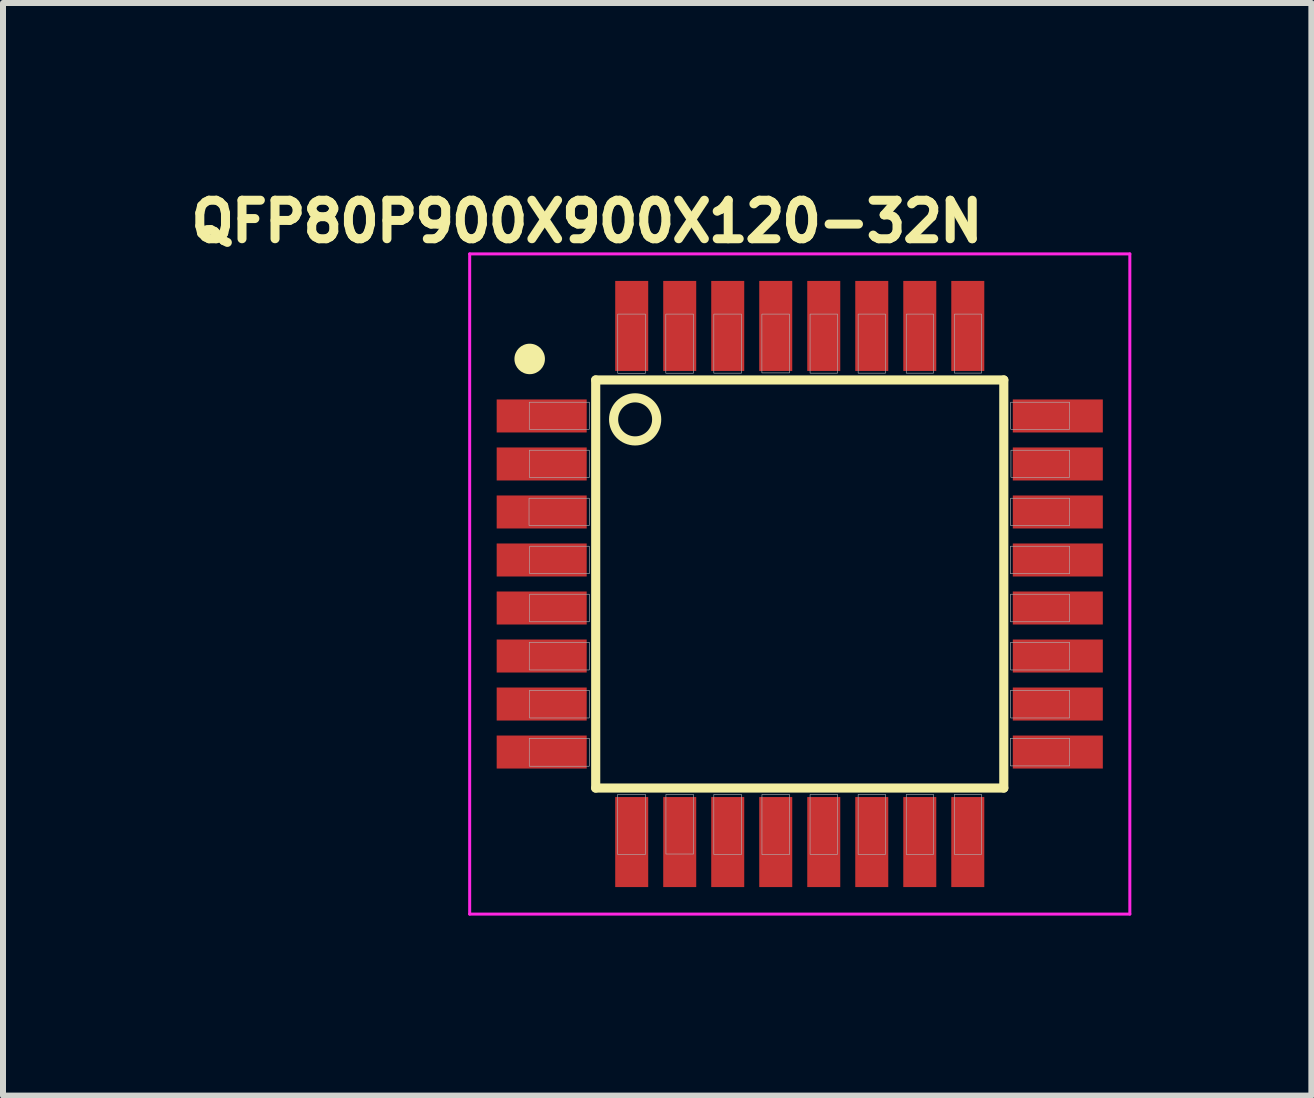
<source format=kicad_pcb>
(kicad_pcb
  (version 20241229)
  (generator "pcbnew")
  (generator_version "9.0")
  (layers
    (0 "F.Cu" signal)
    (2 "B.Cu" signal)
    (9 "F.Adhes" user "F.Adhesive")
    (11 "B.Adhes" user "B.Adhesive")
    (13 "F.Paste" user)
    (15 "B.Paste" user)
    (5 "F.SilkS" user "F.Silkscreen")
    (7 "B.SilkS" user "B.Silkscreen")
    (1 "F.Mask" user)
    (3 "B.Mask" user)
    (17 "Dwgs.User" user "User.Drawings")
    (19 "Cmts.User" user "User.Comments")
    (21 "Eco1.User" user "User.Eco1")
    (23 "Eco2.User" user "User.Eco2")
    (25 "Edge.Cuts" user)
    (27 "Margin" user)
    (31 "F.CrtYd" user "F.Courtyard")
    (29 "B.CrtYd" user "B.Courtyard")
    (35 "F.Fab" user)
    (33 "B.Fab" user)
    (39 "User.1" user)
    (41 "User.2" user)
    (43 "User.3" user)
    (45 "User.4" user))
  (footprint "QFP80P900X900X120-32N"
    (layer "F.Cu")
    (at 10.276 6.681)
    (property "Reference" "QFP80P900X900X120-32N" (at -3.546 -6.042 0) (layer "F.SilkS") (effects (font (size 0.642 0.642) (thickness 0.15))))
    (attr smd)
    (fp_line (start -3.4 -3.4) (end 3.4 -3.4) (stroke (width 0.152) (type solid)) (layer "F.SilkS"))
    (fp_line (start -3.4 3.4) (end -3.4 -3.4) (stroke (width 0.152) (type solid)) (layer "F.SilkS"))
    (fp_line (start 3.4 -3.4) (end 3.4 3.4) (stroke (width 0.152) (type solid)) (layer "F.SilkS"))
    (fp_line (start 3.4 3.4) (end -3.4 3.4) (stroke (width 0.152) (type solid)) (layer "F.SilkS"))
    (fp_circle (center -4.5 -3.75) (end -4.246 -3.75) (stroke (width 0) (type solid)) (fill yes) (layer "F.SilkS"))
    (fp_circle (center -2.743 -2.743) (end -2.384 -2.743) (stroke (width 0.152) (type solid)) (fill no) (layer "F.SilkS"))
    (fp_line (start -5.5 -5.5) (end -5.5 5.5) (stroke (width 0.05) (type solid)) (layer "F.CrtYd"))
    (fp_line (start -5.5 5.5) (end 5.5 5.5) (stroke (width 0.05) (type solid)) (layer "F.CrtYd"))
    (fp_line (start 5.5 -5.5) (end -5.5 -5.5) (stroke (width 0.05) (type solid)) (layer "F.CrtYd"))
    (fp_line (start 5.5 5.5) (end 5.5 -5.5) (stroke (width 0.05) (type solid)) (layer "F.CrtYd"))
    (fp_poly (pts (xy -4.511 -1.429) (xy -3.506 -1.429) (xy -3.506 -0.975) (xy -4.511 -0.975)) (stroke (width 0.01) (type solid)) (fill no) (layer "F.Fab"))
    (fp_poly (pts (xy -4.507 2.571) (xy -3.506 2.571) (xy -3.506 3.036) (xy -4.507 3.036)) (stroke (width 0.01) (type solid)) (fill no) (layer "F.Fab"))
    (fp_poly (pts (xy -4.507 -3.029) (xy -3.506 -3.029) (xy -3.506 -2.577) (xy -4.507 -2.577)) (stroke (width 0.01) (type solid)) (fill no) (layer "F.Fab"))
    (fp_poly (pts (xy -4.507 0.971) (xy -3.506 0.971) (xy -3.506 1.432) (xy -4.507 1.432)) (stroke (width 0.01) (type solid)) (fill no) (layer "F.Fab"))
    (fp_poly (pts (xy -4.505 -2.229) (xy -3.506 -2.229) (xy -3.506 -1.775) (xy -4.505 -1.775)) (stroke (width 0.01) (type solid)) (fill no) (layer "F.Fab"))
    (fp_poly (pts (xy -4.503 0.171) (xy -3.506 0.171) (xy -3.506 0.629) (xy -4.503 0.629)) (stroke (width 0.01) (type solid)) (fill no) (layer "F.Fab"))
    (fp_poly (pts (xy -4.503 1.771) (xy -3.506 1.771) (xy -3.506 2.232) (xy -4.503 2.232)) (stroke (width 0.01) (type solid)) (fill no) (layer "F.Fab"))
    (fp_poly (pts (xy -4.5 -0.629) (xy -3.506 -0.629) (xy -3.506 -0.172) (xy -4.5 -0.172)) (stroke (width 0.01) (type solid)) (fill no) (layer "F.Fab"))
    (fp_poly (pts (xy -3.035 3.506) (xy -2.571 3.506) (xy -2.571 4.506) (xy -3.035 4.506)) (stroke (width 0.01) (type solid)) (fill no) (layer "F.Fab"))
    (fp_poly (pts (xy -3.033 -4.497) (xy -2.571 -4.497) (xy -2.571 -3.511) (xy -3.033 -3.511)) (stroke (width 0.01) (type solid)) (fill no) (layer "F.Fab"))
    (fp_poly (pts (xy -2.232 -4.497) (xy -1.771 -4.497) (xy -1.771 -3.512) (xy -2.232 -3.512)) (stroke (width 0.01) (type solid)) (fill no) (layer "F.Fab"))
    (fp_poly (pts (xy -2.23 3.506) (xy -1.771 3.506) (xy -1.771 4.5) (xy -2.23 4.5)) (stroke (width 0.01) (type solid)) (fill no) (layer "F.Fab"))
    (fp_poly (pts (xy -1.432 3.506) (xy -0.971 3.506) (xy -0.971 4.507) (xy -1.432 4.507)) (stroke (width 0.01) (type solid)) (fill no) (layer "F.Fab"))
    (fp_poly (pts (xy -1.432 -4.497) (xy -0.971 -4.497) (xy -0.971 -3.513) (xy -1.432 -3.513)) (stroke (width 0.01) (type solid)) (fill no) (layer "F.Fab"))
    (fp_poly (pts (xy -0.631 -4.497) (xy -0.171 -4.497) (xy -0.171 -3.517) (xy -0.631 -3.517)) (stroke (width 0.01) (type solid)) (fill no) (layer "F.Fab"))
    (fp_poly (pts (xy -0.63 3.506) (xy -0.171 3.506) (xy -0.171 4.509) (xy -0.63 4.509)) (stroke (width 0.01) (type solid)) (fill no) (layer "F.Fab"))
    (fp_poly (pts (xy 0.172 3.506) (xy 0.629 3.506) (xy 0.629 4.505) (xy 0.172 4.505)) (stroke (width 0.01) (type solid)) (fill no) (layer "F.Fab"))
    (fp_poly (pts (xy 0.172 -4.497) (xy 0.629 -4.497) (xy 0.629 -3.513) (xy 0.172 -3.513)) (stroke (width 0.01) (type solid)) (fill no) (layer "F.Fab"))
    (fp_poly (pts (xy 0.973 3.506) (xy 1.429 3.506) (xy 1.429 4.505) (xy 0.973 4.505)) (stroke (width 0.01) (type solid)) (fill no) (layer "F.Fab"))
    (fp_poly (pts (xy 0.973 -4.497) (xy 1.429 -4.497) (xy 1.429 -3.513) (xy 0.973 -3.513)) (stroke (width 0.01) (type solid)) (fill no) (layer "F.Fab"))
    (fp_poly (pts (xy 1.775 3.506) (xy 2.229 3.506) (xy 2.229 4.506) (xy 1.775 4.506)) (stroke (width 0.01) (type solid)) (fill no) (layer "F.Fab"))
    (fp_poly (pts (xy 1.775 -4.497) (xy 2.229 -4.497) (xy 2.229 -3.513) (xy 1.775 -3.513)) (stroke (width 0.01) (type solid)) (fill no) (layer "F.Fab"))
    (fp_poly (pts (xy 2.576 3.506) (xy 3.029 3.506) (xy 3.029 4.505) (xy 2.576 4.505)) (stroke (width 0.01) (type solid)) (fill no) (layer "F.Fab"))
    (fp_poly (pts (xy 2.577 -4.497) (xy 3.029 -4.497) (xy 3.029 -3.514) (xy 2.577 -3.514)) (stroke (width 0.01) (type solid)) (fill no) (layer "F.Fab"))
    (fp_poly (pts (xy 3.509 2.571) (xy 4.497 2.571) (xy 4.497 3.031) (xy 3.509 3.031)) (stroke (width 0.01) (type solid)) (fill no) (layer "F.Fab"))
    (fp_poly (pts (xy 3.51 -0.629) (xy 4.497 -0.629) (xy 4.497 -0.172) (xy 3.51 -0.172)) (stroke (width 0.01) (type solid)) (fill no) (layer "F.Fab"))
    (fp_poly (pts (xy 3.511 0.171) (xy 4.497 0.171) (xy 4.497 0.629) (xy 3.511 0.629)) (stroke (width 0.01) (type solid)) (fill no) (layer "F.Fab"))
    (fp_poly (pts (xy 3.512 1.771) (xy 4.497 1.771) (xy 4.497 2.232) (xy 3.512 2.232)) (stroke (width 0.01) (type solid)) (fill no) (layer "F.Fab"))
    (fp_poly (pts (xy 3.513 -1.429) (xy 4.497 -1.429) (xy 4.497 -0.973) (xy 3.513 -0.973)) (stroke (width 0.01) (type solid)) (fill no) (layer "F.Fab"))
    (fp_poly (pts (xy 3.513 0.971) (xy 4.497 0.971) (xy 4.497 1.432) (xy 3.513 1.432)) (stroke (width 0.01) (type solid)) (fill no) (layer "F.Fab"))
    (fp_poly (pts (xy 3.514 -3.029) (xy 4.497 -3.029) (xy 4.497 -2.578) (xy 3.514 -2.578)) (stroke (width 0.01) (type solid)) (fill no) (layer "F.Fab"))
    (fp_poly (pts (xy 3.519 -2.229) (xy 4.497 -2.229) (xy 4.497 -1.778) (xy 3.519 -1.778)) (stroke (width 0.01) (type solid)) (fill no) (layer "F.Fab"))
    (pad "1" smd rect (at -4.3 -2.8) (size 1.5 0.55) (layers "F.Cu" "F.Mask" "F.Paste"))
    (pad "2" smd rect (at -4.3 -2) (size 1.5 0.55) (layers "F.Cu" "F.Mask" "F.Paste"))
    (pad "3" smd rect (at -4.3 -1.2) (size 1.5 0.55) (layers "F.Cu" "F.Mask" "F.Paste"))
    (pad "4" smd rect (at -4.3 -0.4) (size 1.5 0.55) (layers "F.Cu" "F.Mask" "F.Paste"))
    (pad "5" smd rect (at -4.3 0.4) (size 1.5 0.55) (layers "F.Cu" "F.Mask" "F.Paste"))
    (pad "6" smd rect (at -4.3 1.2) (size 1.5 0.55) (layers "F.Cu" "F.Mask" "F.Paste"))
    (pad "7" smd rect (at -4.3 2) (size 1.5 0.55) (layers "F.Cu" "F.Mask" "F.Paste"))
    (pad "8" smd rect (at -4.3 2.8) (size 1.5 0.55) (layers "F.Cu" "F.Mask" "F.Paste"))
    (pad "9" smd rect (at -2.8 4.3) (size 0.55 1.5) (layers "F.Cu" "F.Mask" "F.Paste"))
    (pad "10" smd rect (at -2 4.3) (size 0.55 1.5) (layers "F.Cu" "F.Mask" "F.Paste"))
    (pad "11" smd rect (at -1.2 4.3) (size 0.55 1.5) (layers "F.Cu" "F.Mask" "F.Paste"))
    (pad "12" smd rect (at -0.4 4.3) (size 0.55 1.5) (layers "F.Cu" "F.Mask" "F.Paste"))
    (pad "13" smd rect (at 0.4 4.3) (size 0.55 1.5) (layers "F.Cu" "F.Mask" "F.Paste"))
    (pad "14" smd rect (at 1.2 4.3) (size 0.55 1.5) (layers "F.Cu" "F.Mask" "F.Paste"))
    (pad "15" smd rect (at 2 4.3) (size 0.55 1.5) (layers "F.Cu" "F.Mask" "F.Paste"))
    (pad "16" smd rect (at 2.8 4.3) (size 0.55 1.5) (layers "F.Cu" "F.Mask" "F.Paste"))
    (pad "17" smd rect (at 4.3 2.8) (size 1.5 0.55) (layers "F.Cu" "F.Mask" "F.Paste"))
    (pad "18" smd rect (at 4.3 2) (size 1.5 0.55) (layers "F.Cu" "F.Mask" "F.Paste"))
    (pad "19" smd rect (at 4.3 1.2) (size 1.5 0.55) (layers "F.Cu" "F.Mask" "F.Paste"))
    (pad "20" smd rect (at 4.3 0.4) (size 1.5 0.55) (layers "F.Cu" "F.Mask" "F.Paste"))
    (pad "21" smd rect (at 4.3 -0.4) (size 1.5 0.55) (layers "F.Cu" "F.Mask" "F.Paste"))
    (pad "22" smd rect (at 4.3 -1.2) (size 1.5 0.55) (layers "F.Cu" "F.Mask" "F.Paste"))
    (pad "23" smd rect (at 4.3 -2) (size 1.5 0.55) (layers "F.Cu" "F.Mask" "F.Paste"))
    (pad "24" smd rect (at 4.3 -2.8) (size 1.5 0.55) (layers "F.Cu" "F.Mask" "F.Paste"))
    (pad "25" smd rect (at 2.8 -4.3) (size 0.55 1.5) (layers "F.Cu" "F.Mask" "F.Paste"))
    (pad "26" smd rect (at 2 -4.3) (size 0.55 1.5) (layers "F.Cu" "F.Mask" "F.Paste"))
    (pad "27" smd rect (at 1.2 -4.3) (size 0.55 1.5) (layers "F.Cu" "F.Mask" "F.Paste"))
    (pad "28" smd rect (at 0.4 -4.3) (size 0.55 1.5) (layers "F.Cu" "F.Mask" "F.Paste"))
    (pad "29" smd rect (at -0.4 -4.3) (size 0.55 1.5) (layers "F.Cu" "F.Mask" "F.Paste"))
    (pad "30" smd rect (at -1.2 -4.3) (size 0.55 1.5) (layers "F.Cu" "F.Mask" "F.Paste"))
    (pad "31" smd rect (at -2 -4.3) (size 0.55 1.5) (layers "F.Cu" "F.Mask" "F.Paste"))
    (pad "32" smd rect (at -2.8 -4.3) (size 0.55 1.5) (layers "F.Cu" "F.Mask" "F.Paste")))
  (gr_rect
    (start -3 -3)
    (end 18.801 15.206)
    (stroke (width 0.1) (type default))
    (fill no)
    (layer "Edge.Cuts")))
</source>
